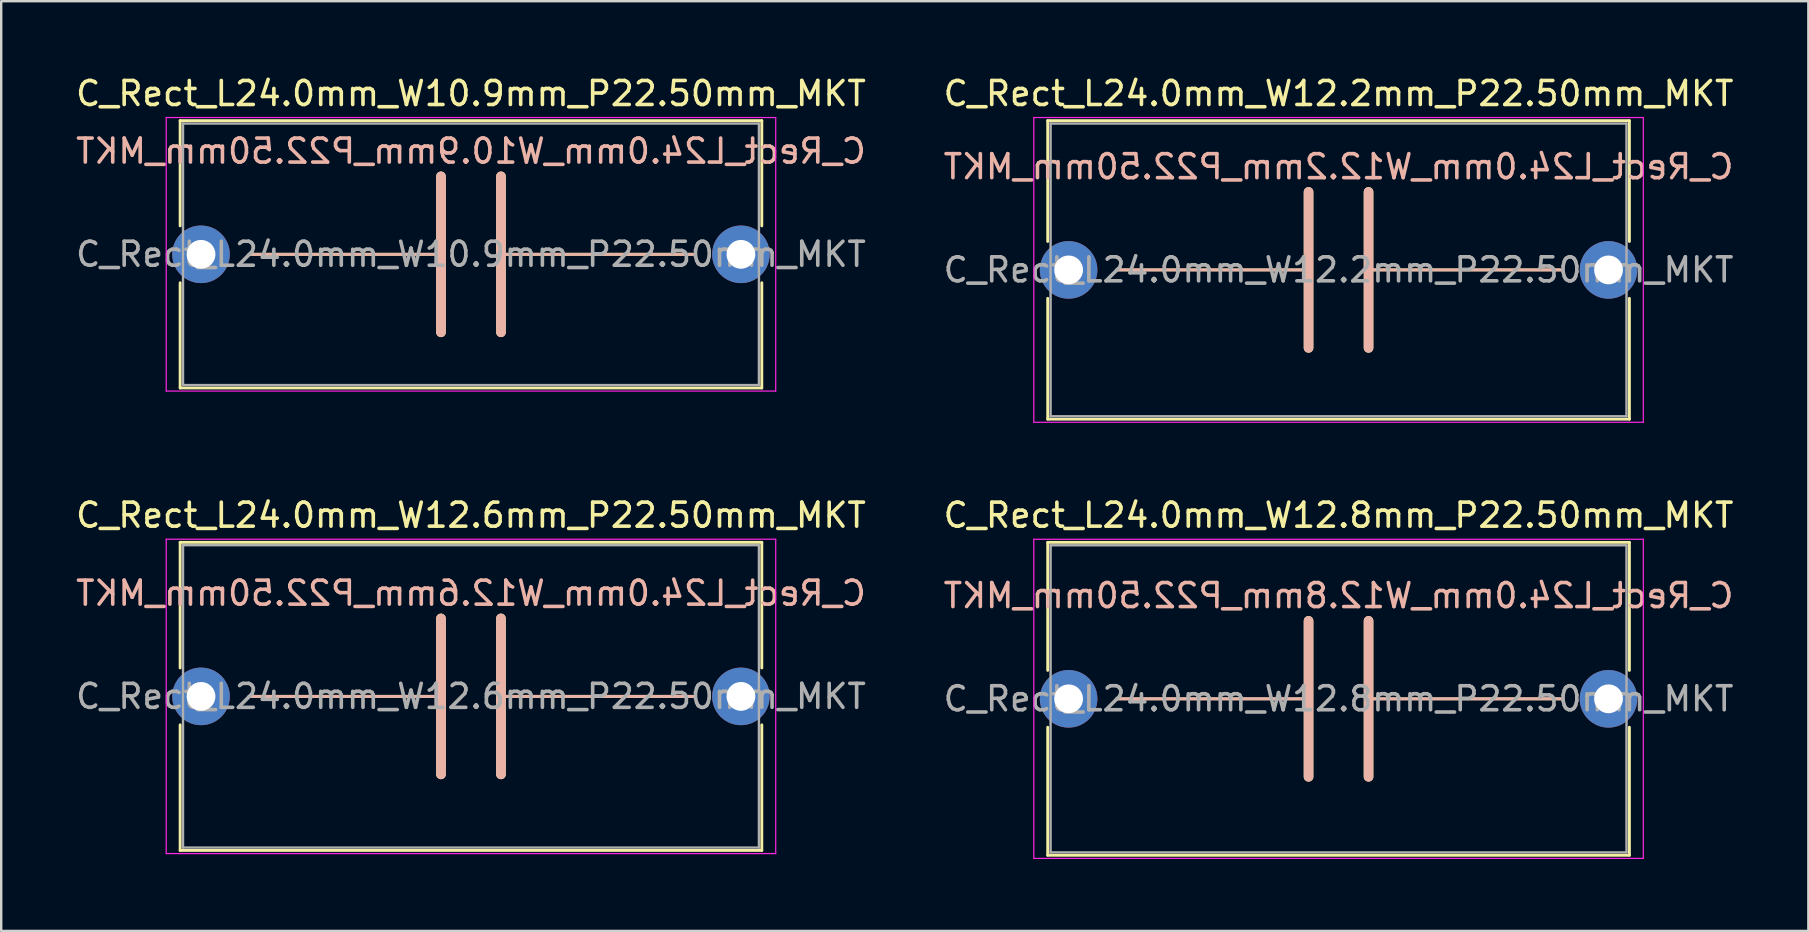
<source format=kicad_pcb>
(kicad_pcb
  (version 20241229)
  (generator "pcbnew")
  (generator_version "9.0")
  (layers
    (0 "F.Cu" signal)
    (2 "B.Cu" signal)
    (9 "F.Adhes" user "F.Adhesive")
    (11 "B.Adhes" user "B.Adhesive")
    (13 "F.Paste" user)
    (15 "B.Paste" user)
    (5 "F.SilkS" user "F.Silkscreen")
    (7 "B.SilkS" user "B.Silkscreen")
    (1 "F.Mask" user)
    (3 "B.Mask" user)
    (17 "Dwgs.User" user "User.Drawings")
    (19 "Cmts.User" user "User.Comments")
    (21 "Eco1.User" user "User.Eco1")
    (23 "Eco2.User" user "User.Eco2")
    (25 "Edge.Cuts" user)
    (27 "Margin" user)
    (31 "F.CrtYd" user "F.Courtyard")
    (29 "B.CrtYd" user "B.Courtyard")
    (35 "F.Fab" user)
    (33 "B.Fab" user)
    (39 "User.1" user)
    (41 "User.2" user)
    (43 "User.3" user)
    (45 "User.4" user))
  (footprint "C_Rect_L24.0mm_W12.2mm_P22.50mm_MKT"
    (layer "F.Cu")
    (at 41.482 8.198)
    (property "Reference" "C_Rect_L24.0mm_W12.2mm_P22.50mm_MKT" (at 11.25 -7.35 0) (layer "F.SilkS") (effects (font (size 1 1) (thickness 0.15))))
    (fp_line (start -0.87 -6.22) (end -0.87 -1.185) (stroke (width 0.12) (type solid)) (layer "F.SilkS"))
    (fp_line (start -0.87 -6.22) (end 23.37 -6.22) (stroke (width 0.12) (type solid)) (layer "F.SilkS"))
    (fp_line (start -0.87 1.185) (end -0.87 6.22) (stroke (width 0.12) (type solid)) (layer "F.SilkS"))
    (fp_line (start -0.87 6.22) (end 23.37 6.22) (stroke (width 0.12) (type solid)) (layer "F.SilkS"))
    (fp_line (start 2 0) (end 10 0) (stroke (width 0.12) (type solid)) (layer "F.SilkS"))
    (fp_line (start 10 -3.25) (end 10 3.25) (stroke (width 0.4) (type solid)) (layer "F.SilkS"))
    (fp_line (start 12.5 -3.25) (end 12.5 3.25) (stroke (width 0.4) (type solid)) (layer "F.SilkS"))
    (fp_line (start 12.5 0) (end 20.5 0) (stroke (width 0.12) (type solid)) (layer "F.SilkS"))
    (fp_line (start 23.37 -6.22) (end 23.37 -1.185) (stroke (width 0.12) (type solid)) (layer "F.SilkS"))
    (fp_line (start 23.37 1.185) (end 23.37 6.22) (stroke (width 0.12) (type solid)) (layer "F.SilkS"))
    (fp_line (start 2 0) (end 10 0) (stroke (width 0.12) (type solid)) (layer "B.SilkS"))
    (fp_line (start 10 3.25) (end 10 -3.25) (stroke (width 0.4) (type solid)) (layer "B.SilkS"))
    (fp_line (start 12.5 0) (end 20.5 0) (stroke (width 0.12) (type solid)) (layer "B.SilkS"))
    (fp_line (start 12.5 3.25) (end 12.5 -3.25) (stroke (width 0.4) (type solid)) (layer "B.SilkS"))
    (fp_line (start -1.45 -6.35) (end -1.45 6.35) (stroke (width 0.05) (type solid)) (layer "F.CrtYd"))
    (fp_line (start -1.45 6.35) (end 23.95 6.35) (stroke (width 0.05) (type solid)) (layer "F.CrtYd"))
    (fp_line (start 23.95 -6.35) (end -1.45 -6.35) (stroke (width 0.05) (type solid)) (layer "F.CrtYd"))
    (fp_line (start 23.95 6.35) (end 23.95 -6.35) (stroke (width 0.05) (type solid)) (layer "F.CrtYd"))
    (fp_line (start -0.75 -6.1) (end -0.75 6.1) (stroke (width 0.1) (type solid)) (layer "F.Fab"))
    (fp_line (start -0.75 6.1) (end 23.25 6.1) (stroke (width 0.1) (type solid)) (layer "F.Fab"))
    (fp_line (start 23.25 -6.1) (end -0.75 -6.1) (stroke (width 0.1) (type solid)) (layer "F.Fab"))
    (fp_line (start 23.25 6.1) (end 23.25 -6.1) (stroke (width 0.1) (type solid)) (layer "F.Fab"))
    (fp_text user "${REFERENCE}" (at 11.25 -4.3 0) (layer "B.SilkS") (effects (font (size 1 1) (thickness 0.15)) (justify mirror)))
    (fp_text user "${REFERENCE}" (at 11.25 0 0) (layer "F.Fab") (effects (font (size 1 1) (thickness 0.15))))
    (pad "1" thru_hole circle (at 0 0) (size 2.4 2.4) (drill 1.2) (layers "*.Cu" "*.Mask"))
    (pad "2" thru_hole circle (at 22.5 0) (size 2.4 2.4) (drill 1.2) (layers "*.Cu" "*.Mask")))
  (footprint "C_Rect_L24.0mm_W10.9mm_P22.50mm_MKT"
    (layer "F.Cu")
    (at 5.327 7.548)
    (property "Reference" "C_Rect_L24.0mm_W10.9mm_P22.50mm_MKT" (at 11.25 -6.7 0) (layer "F.SilkS") (effects (font (size 1 1) (thickness 0.15))))
    (fp_line (start -0.87 -5.57) (end -0.87 -1.185) (stroke (width 0.12) (type solid)) (layer "F.SilkS"))
    (fp_line (start -0.87 -5.57) (end 23.37 -5.57) (stroke (width 0.12) (type solid)) (layer "F.SilkS"))
    (fp_line (start -0.87 1.185) (end -0.87 5.57) (stroke (width 0.12) (type solid)) (layer "F.SilkS"))
    (fp_line (start -0.87 5.57) (end 23.37 5.57) (stroke (width 0.12) (type solid)) (layer "F.SilkS"))
    (fp_line (start 2 0) (end 10 0) (stroke (width 0.12) (type solid)) (layer "F.SilkS"))
    (fp_line (start 10 -3.25) (end 10 3.25) (stroke (width 0.4) (type solid)) (layer "F.SilkS"))
    (fp_line (start 12.5 -3.25) (end 12.5 3.25) (stroke (width 0.4) (type solid)) (layer "F.SilkS"))
    (fp_line (start 12.5 0) (end 20.5 0) (stroke (width 0.12) (type solid)) (layer "F.SilkS"))
    (fp_line (start 23.37 -5.57) (end 23.37 -1.185) (stroke (width 0.12) (type solid)) (layer "F.SilkS"))
    (fp_line (start 23.37 1.185) (end 23.37 5.57) (stroke (width 0.12) (type solid)) (layer "F.SilkS"))
    (fp_line (start 2 0) (end 10 0) (stroke (width 0.12) (type solid)) (layer "B.SilkS"))
    (fp_line (start 10 3.25) (end 10 -3.25) (stroke (width 0.4) (type solid)) (layer "B.SilkS"))
    (fp_line (start 12.5 0) (end 20.5 0) (stroke (width 0.12) (type solid)) (layer "B.SilkS"))
    (fp_line (start 12.5 3.25) (end 12.5 -3.25) (stroke (width 0.4) (type solid)) (layer "B.SilkS"))
    (fp_line (start -1.45 -5.7) (end -1.45 5.7) (stroke (width 0.05) (type solid)) (layer "F.CrtYd"))
    (fp_line (start -1.45 5.7) (end 23.95 5.7) (stroke (width 0.05) (type solid)) (layer "F.CrtYd"))
    (fp_line (start 23.95 -5.7) (end -1.45 -5.7) (stroke (width 0.05) (type solid)) (layer "F.CrtYd"))
    (fp_line (start 23.95 5.7) (end 23.95 -5.7) (stroke (width 0.05) (type solid)) (layer "F.CrtYd"))
    (fp_line (start -0.75 -5.45) (end -0.75 5.45) (stroke (width 0.1) (type solid)) (layer "F.Fab"))
    (fp_line (start -0.75 5.45) (end 23.25 5.45) (stroke (width 0.1) (type solid)) (layer "F.Fab"))
    (fp_line (start 23.25 -5.45) (end -0.75 -5.45) (stroke (width 0.1) (type solid)) (layer "F.Fab"))
    (fp_line (start 23.25 5.45) (end 23.25 -5.45) (stroke (width 0.1) (type solid)) (layer "F.Fab"))
    (fp_text user "${REFERENCE}" (at 11.25 -4.3 0) (layer "B.SilkS") (effects (font (size 1 1) (thickness 0.15)) (justify mirror)))
    (fp_text user "${REFERENCE}" (at 11.25 0 0) (layer "F.Fab") (effects (font (size 1 1) (thickness 0.15))))
    (pad "1" thru_hole circle (at 0 0) (size 2.4 2.4) (drill 1.2) (layers "*.Cu" "*.Mask"))
    (pad "2" thru_hole circle (at 22.5 0) (size 2.4 2.4) (drill 1.2) (layers "*.Cu" "*.Mask")))
  (footprint "C_Rect_L24.0mm_W12.6mm_P22.50mm_MKT"
    (layer "F.Cu")
    (at 5.327 25.971)
    (property "Reference" "C_Rect_L24.0mm_W12.6mm_P22.50mm_MKT" (at 11.25 -7.55 0) (layer "F.SilkS") (effects (font (size 1 1) (thickness 0.15))))
    (fp_line (start -0.87 -6.42) (end -0.87 -1.185) (stroke (width 0.12) (type solid)) (layer "F.SilkS"))
    (fp_line (start -0.87 -6.42) (end 23.37 -6.42) (stroke (width 0.12) (type solid)) (layer "F.SilkS"))
    (fp_line (start -0.87 1.185) (end -0.87 6.42) (stroke (width 0.12) (type solid)) (layer "F.SilkS"))
    (fp_line (start -0.87 6.42) (end 23.37 6.42) (stroke (width 0.12) (type solid)) (layer "F.SilkS"))
    (fp_line (start 2 0) (end 10 0) (stroke (width 0.12) (type solid)) (layer "F.SilkS"))
    (fp_line (start 10 -3.25) (end 10 3.25) (stroke (width 0.4) (type solid)) (layer "F.SilkS"))
    (fp_line (start 12.5 -3.25) (end 12.5 3.25) (stroke (width 0.4) (type solid)) (layer "F.SilkS"))
    (fp_line (start 12.5 0) (end 20.5 0) (stroke (width 0.12) (type solid)) (layer "F.SilkS"))
    (fp_line (start 23.37 -6.42) (end 23.37 -1.185) (stroke (width 0.12) (type solid)) (layer "F.SilkS"))
    (fp_line (start 23.37 1.185) (end 23.37 6.42) (stroke (width 0.12) (type solid)) (layer "F.SilkS"))
    (fp_line (start 2 0) (end 10 0) (stroke (width 0.12) (type solid)) (layer "B.SilkS"))
    (fp_line (start 10 3.25) (end 10 -3.25) (stroke (width 0.4) (type solid)) (layer "B.SilkS"))
    (fp_line (start 12.5 0) (end 20.5 0) (stroke (width 0.12) (type solid)) (layer "B.SilkS"))
    (fp_line (start 12.5 3.25) (end 12.5 -3.25) (stroke (width 0.4) (type solid)) (layer "B.SilkS"))
    (fp_line (start -1.45 -6.55) (end -1.45 6.55) (stroke (width 0.05) (type solid)) (layer "F.CrtYd"))
    (fp_line (start -1.45 6.55) (end 23.95 6.55) (stroke (width 0.05) (type solid)) (layer "F.CrtYd"))
    (fp_line (start 23.95 -6.55) (end -1.45 -6.55) (stroke (width 0.05) (type solid)) (layer "F.CrtYd"))
    (fp_line (start 23.95 6.55) (end 23.95 -6.55) (stroke (width 0.05) (type solid)) (layer "F.CrtYd"))
    (fp_line (start -0.75 -6.3) (end -0.75 6.3) (stroke (width 0.1) (type solid)) (layer "F.Fab"))
    (fp_line (start -0.75 6.3) (end 23.25 6.3) (stroke (width 0.1) (type solid)) (layer "F.Fab"))
    (fp_line (start 23.25 -6.3) (end -0.75 -6.3) (stroke (width 0.1) (type solid)) (layer "F.Fab"))
    (fp_line (start 23.25 6.3) (end 23.25 -6.3) (stroke (width 0.1) (type solid)) (layer "F.Fab"))
    (fp_text user "${REFERENCE}" (at 11.25 -4.3 0) (layer "B.SilkS") (effects (font (size 1 1) (thickness 0.15)) (justify mirror)))
    (fp_text user "${REFERENCE}" (at 11.25 0 0) (layer "F.Fab") (effects (font (size 1 1) (thickness 0.15))))
    (pad "1" thru_hole circle (at 0 0) (size 2.4 2.4) (drill 1.2) (layers "*.Cu" "*.Mask"))
    (pad "2" thru_hole circle (at 22.5 0) (size 2.4 2.4) (drill 1.2) (layers "*.Cu" "*.Mask")))
  (footprint "C_Rect_L24.0mm_W12.8mm_P22.50mm_MKT"
    (layer "F.Cu")
    (at 41.482 26.072)
    (property "Reference" "C_Rect_L24.0mm_W12.8mm_P22.50mm_MKT" (at 11.25 -7.65 0) (layer "F.SilkS") (effects (font (size 1 1) (thickness 0.15))))
    (fp_line (start -0.87 -6.52) (end -0.87 -1.185) (stroke (width 0.12) (type solid)) (layer "F.SilkS"))
    (fp_line (start -0.87 -6.52) (end 23.37 -6.52) (stroke (width 0.12) (type solid)) (layer "F.SilkS"))
    (fp_line (start -0.87 1.185) (end -0.87 6.52) (stroke (width 0.12) (type solid)) (layer "F.SilkS"))
    (fp_line (start -0.87 6.52) (end 23.37 6.52) (stroke (width 0.12) (type solid)) (layer "F.SilkS"))
    (fp_line (start 2 0) (end 10 0) (stroke (width 0.12) (type solid)) (layer "F.SilkS"))
    (fp_line (start 10 -3.25) (end 10 3.25) (stroke (width 0.4) (type solid)) (layer "F.SilkS"))
    (fp_line (start 12.5 -3.25) (end 12.5 3.25) (stroke (width 0.4) (type solid)) (layer "F.SilkS"))
    (fp_line (start 12.5 0) (end 20.5 0) (stroke (width 0.12) (type solid)) (layer "F.SilkS"))
    (fp_line (start 23.37 -6.52) (end 23.37 -1.185) (stroke (width 0.12) (type solid)) (layer "F.SilkS"))
    (fp_line (start 23.37 1.185) (end 23.37 6.52) (stroke (width 0.12) (type solid)) (layer "F.SilkS"))
    (fp_line (start 2 0) (end 10 0) (stroke (width 0.12) (type solid)) (layer "B.SilkS"))
    (fp_line (start 10 3.25) (end 10 -3.25) (stroke (width 0.4) (type solid)) (layer "B.SilkS"))
    (fp_line (start 12.5 0) (end 20.5 0) (stroke (width 0.12) (type solid)) (layer "B.SilkS"))
    (fp_line (start 12.5 3.25) (end 12.5 -3.25) (stroke (width 0.4) (type solid)) (layer "B.SilkS"))
    (fp_line (start -1.45 -6.65) (end -1.45 6.65) (stroke (width 0.05) (type solid)) (layer "F.CrtYd"))
    (fp_line (start -1.45 6.65) (end 23.95 6.65) (stroke (width 0.05) (type solid)) (layer "F.CrtYd"))
    (fp_line (start 23.95 -6.65) (end -1.45 -6.65) (stroke (width 0.05) (type solid)) (layer "F.CrtYd"))
    (fp_line (start 23.95 6.65) (end 23.95 -6.65) (stroke (width 0.05) (type solid)) (layer "F.CrtYd"))
    (fp_line (start -0.75 -6.4) (end -0.75 6.4) (stroke (width 0.1) (type solid)) (layer "F.Fab"))
    (fp_line (start -0.75 6.4) (end 23.25 6.4) (stroke (width 0.1) (type solid)) (layer "F.Fab"))
    (fp_line (start 23.25 -6.4) (end -0.75 -6.4) (stroke (width 0.1) (type solid)) (layer "F.Fab"))
    (fp_line (start 23.25 6.4) (end 23.25 -6.4) (stroke (width 0.1) (type solid)) (layer "F.Fab"))
    (fp_text user "${REFERENCE}" (at 11.25 -4.3 0) (layer "B.SilkS") (effects (font (size 1 1) (thickness 0.15)) (justify mirror)))
    (fp_text user "${REFERENCE}" (at 11.25 0 0) (layer "F.Fab") (effects (font (size 1 1) (thickness 0.15))))
    (pad "1" thru_hole circle (at 0 0) (size 2.4 2.4) (drill 1.2) (layers "*.Cu" "*.Mask"))
    (pad "2" thru_hole circle (at 22.5 0) (size 2.4 2.4) (drill 1.2) (layers "*.Cu" "*.Mask")))
  (gr_rect
    (start -3 -3)
    (end 72.31 35.746)
    (stroke (width 0.1) (type default))
    (fill no)
    (layer "Edge.Cuts")))
</source>
